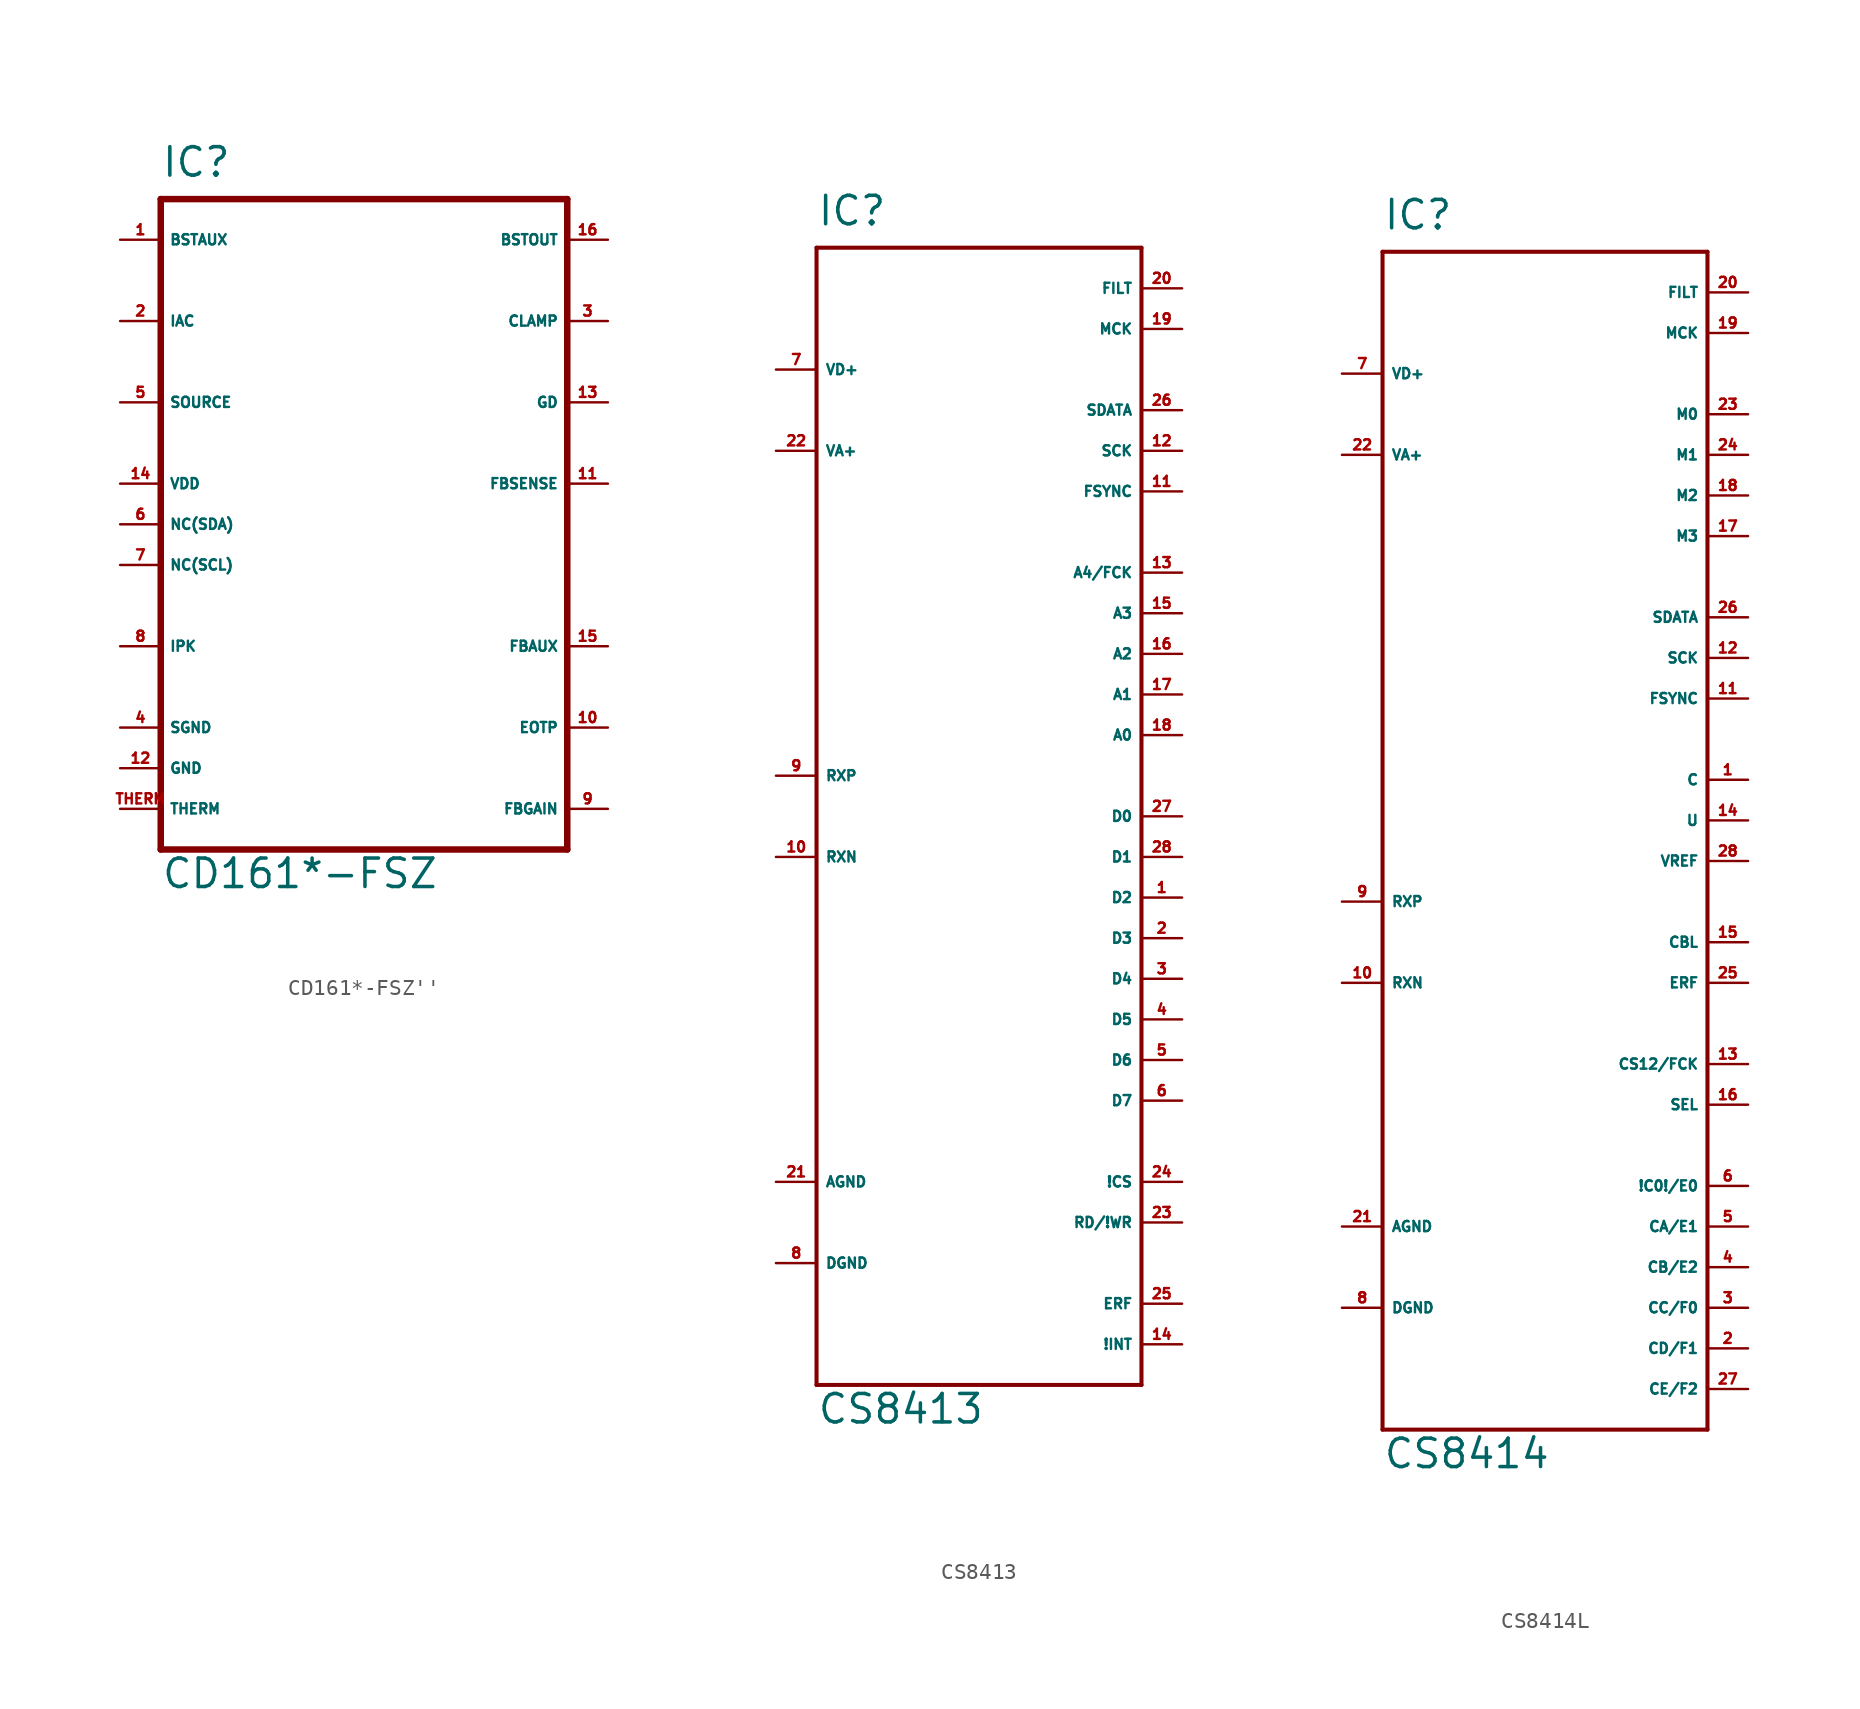
<source format=kicad_sym>
(kicad_symbol_lib
  (version 20220914)
  (generator Eagle2Kicad)
  (symbol "CD161*-FSZ''"
    (property "Reference" "IC"
      (at -12.7 21.59 0)
      (effects (font (size 1.778 1.778) (thickness 0.22)) (justify left bottom)))
    (property "Value" "CD161*-FSZ"
      (at -12.7 -22.86 0)
      (effects (font (size 1.778 1.778) (thickness 0.22)) (justify left bottom)))
    (polyline
      (pts (xy -12.7 20.32) (xy 12.7 20.32))
      (stroke (width 0.406) (type default))
      (fill (type none)))
    (polyline
      (pts (xy 12.7 20.32) (xy 12.7 -20.32))
      (stroke (width 0.406) (type default))
      (fill (type none)))
    (polyline
      (pts (xy 12.7 -20.32) (xy -12.7 -20.32))
      (stroke (width 0.406) (type default))
      (fill (type none)))
    (polyline
      (pts (xy -12.7 -20.32) (xy -12.7 20.32))
      (stroke (width 0.406) (type default))
      (fill (type none)))
    (pin input line
      (at -15.24 17.78 0)
      (length 2.54)
      (name "BSTAUX" (effects (font (size 0.635 0.635) (thickness 0.08)) (justify left bottom)))
      (number "1" (effects (font (size 0.635 0.635) (thickness 0.08)) (justify left bottom))))
    (pin input line
      (at -15.24 12.7 0)
      (length 2.54)
      (name "IAC" (effects (font (size 0.635 0.635) (thickness 0.08)) (justify left bottom)))
      (number "2" (effects (font (size 0.635 0.635) (thickness 0.08)) (justify left bottom))))
    (pin output line
      (at 15.24 12.7 180)
      (length 2.54)
      (name "CLAMP" (effects (font (size 0.635 0.635) (thickness 0.08)) (justify left bottom)))
      (number "3" (effects (font (size 0.635 0.635) (thickness 0.08)) (justify left bottom))))
    (pin unspecified line
      (at -15.24 -12.7 0)
      (length 2.54)
      (name "SGND" (effects (font (size 0.635 0.635) (thickness 0.08)) (justify left bottom)))
      (number "4" (effects (font (size 0.635 0.635) (thickness 0.08)) (justify left bottom))))
    (pin input line
      (at -15.24 7.62 0)
      (length 2.54)
      (name "SOURCE" (effects (font (size 0.635 0.635) (thickness 0.08)) (justify left bottom)))
      (number "5" (effects (font (size 0.635 0.635) (thickness 0.08)) (justify left bottom))))
    (pin input line
      (at -15.24 -7.62 0)
      (length 2.54)
      (name "IPK" (effects (font (size 0.635 0.635) (thickness 0.08)) (justify left bottom)))
      (number "8" (effects (font (size 0.635 0.635) (thickness 0.08)) (justify left bottom))))
    (pin input line
      (at 15.24 -17.78 180)
      (length 2.54)
      (name "FBGAIN" (effects (font (size 0.635 0.635) (thickness 0.08)) (justify left bottom)))
      (number "9" (effects (font (size 0.635 0.635) (thickness 0.08)) (justify left bottom))))
    (pin input line
      (at 15.24 -12.7 180)
      (length 2.54)
      (name "EOTP" (effects (font (size 0.635 0.635) (thickness 0.08)) (justify left bottom)))
      (number "10" (effects (font (size 0.635 0.635) (thickness 0.08)) (justify left bottom))))
    (pin input line
      (at 15.24 2.54 180)
      (length 2.54)
      (name "FBSENSE" (effects (font (size 0.635 0.635) (thickness 0.08)) (justify left bottom)))
      (number "11" (effects (font (size 0.635 0.635) (thickness 0.08)) (justify left bottom))))
    (pin unspecified line
      (at -15.24 -15.24 0)
      (length 2.54)
      (name "GND" (effects (font (size 0.635 0.635) (thickness 0.08)) (justify left bottom)))
      (number "12" (effects (font (size 0.635 0.635) (thickness 0.08)) (justify left bottom))))
    (pin unspecified line
      (at -15.24 2.54 0)
      (length 2.54)
      (name "VDD" (effects (font (size 0.635 0.635) (thickness 0.08)) (justify left bottom)))
      (number "14" (effects (font (size 0.635 0.635) (thickness 0.08)) (justify left bottom))))
    (pin output line
      (at 15.24 7.62 180)
      (length 2.54)
      (name "GD" (effects (font (size 0.635 0.635) (thickness 0.08)) (justify left bottom)))
      (number "13" (effects (font (size 0.635 0.635) (thickness 0.08)) (justify left bottom))))
    (pin input line
      (at 15.24 -7.62 180)
      (length 2.54)
      (name "FBAUX" (effects (font (size 0.635 0.635) (thickness 0.08)) (justify left bottom)))
      (number "15" (effects (font (size 0.635 0.635) (thickness 0.08)) (justify left bottom))))
    (pin input line
      (at 15.24 17.78 180)
      (length 2.54)
      (name "BSTOUT" (effects (font (size 0.635 0.635) (thickness 0.08)) (justify left bottom)))
      (number "16" (effects (font (size 0.635 0.635) (thickness 0.08)) (justify left bottom))))
    (pin passive line
      (at -15.24 -17.78 0)
      (length 2.54)
      (name "THERM" (effects (font (size 0.635 0.635) (thickness 0.08)) (justify left bottom)))
      (number "THERM" (effects (font (size 0.635 0.635) (thickness 0.08)) (justify left bottom))))
    (pin passive line
      (at -15.24 0 0)
      (length 2.54)
      (name "NC(SDA)" (effects (font (size 0.635 0.635) (thickness 0.08)) (justify left bottom)))
      (number "6" (effects (font (size 0.635 0.635) (thickness 0.08)) (justify left bottom))))
    (pin passive line
      (at -15.24 -2.54 0)
      (length 2.54)
      (name "NC(SCL)" (effects (font (size 0.635 0.635) (thickness 0.08)) (justify left bottom)))
      (number "7" (effects (font (size 0.635 0.635) (thickness 0.08)) (justify left bottom)))))
  (symbol "CS8413"
    (property "Reference" "IC"
      (at -10.16 36.83 0)
      (effects (font (size 1.778 1.778) (thickness 0.22)) (justify left bottom)))
    (property "Value" "CS8413"
      (at -10.16 -38.1 0)
      (effects (font (size 1.778 1.778) (thickness 0.22)) (justify left bottom)))
    (polyline
      (pts (xy -10.16 35.56) (xy 10.16 35.56))
      (stroke (width 0.254) (type default))
      (fill (type none)))
    (polyline
      (pts (xy 10.16 35.56) (xy 10.16 -35.56))
      (stroke (width 0.254) (type default))
      (fill (type none)))
    (polyline
      (pts (xy 10.16 -35.56) (xy -10.16 -35.56))
      (stroke (width 0.254) (type default))
      (fill (type none)))
    (polyline
      (pts (xy -10.16 -35.56) (xy -10.16 35.56))
      (stroke (width 0.254) (type default))
      (fill (type none)))
    (pin unspecified line
      (at -12.7 27.94 0)
      (length 2.54)
      (name "VD+" (effects (font (size 0.635 0.635) (thickness 0.08)) (justify left bottom)))
      (number "7" (effects (font (size 0.635 0.635) (thickness 0.08)) (justify left bottom))))
    (pin unspecified line
      (at -12.7 -27.94 0)
      (length 2.54)
      (name "DGND" (effects (font (size 0.635 0.635) (thickness 0.08)) (justify left bottom)))
      (number "8" (effects (font (size 0.635 0.635) (thickness 0.08)) (justify left bottom))))
    (pin input line
      (at -12.7 22.86 0)
      (length 2.54)
      (name "VA+" (effects (font (size 0.635 0.635) (thickness 0.08)) (justify left bottom)))
      (number "22" (effects (font (size 0.635 0.635) (thickness 0.08)) (justify left bottom))))
    (pin unspecified line
      (at -12.7 -22.86 0)
      (length 2.54)
      (name "AGND" (effects (font (size 0.635 0.635) (thickness 0.08)) (justify left bottom)))
      (number "21" (effects (font (size 0.635 0.635) (thickness 0.08)) (justify left bottom))))
    (pin input line
      (at -12.7 2.54 0)
      (length 2.54)
      (name "RXP" (effects (font (size 0.635 0.635) (thickness 0.08)) (justify left bottom)))
      (number "9" (effects (font (size 0.635 0.635) (thickness 0.08)) (justify left bottom))))
    (pin input line
      (at -12.7 -2.54 0)
      (length 2.54)
      (name "RXN" (effects (font (size 0.635 0.635) (thickness 0.08)) (justify left bottom)))
      (number "10" (effects (font (size 0.635 0.635) (thickness 0.08)) (justify left bottom))))
    (pin output line
      (at 12.7 -30.48 180)
      (length 2.54)
      (name "ERF" (effects (font (size 0.635 0.635) (thickness 0.08)) (justify left bottom)))
      (number "25" (effects (font (size 0.635 0.635) (thickness 0.08)) (justify left bottom))))
    (pin output line
      (at 12.7 -33.02 180)
      (length 2.54)
      (name "!INT" (effects (font (size 0.635 0.635) (thickness 0.08)) (justify left bottom)))
      (number "14" (effects (font (size 0.635 0.635) (thickness 0.08)) (justify left bottom))))
    (pin output line
      (at 12.7 33.02 180)
      (length 2.54)
      (name "FILT" (effects (font (size 0.635 0.635) (thickness 0.08)) (justify left bottom)))
      (number "20" (effects (font (size 0.635 0.635) (thickness 0.08)) (justify left bottom))))
    (pin bidirectional line
      (at 12.7 30.48 180)
      (length 2.54)
      (name "MCK" (effects (font (size 0.635 0.635) (thickness 0.08)) (justify left bottom)))
      (number "19" (effects (font (size 0.635 0.635) (thickness 0.08)) (justify left bottom))))
    (pin output line
      (at 12.7 25.4 180)
      (length 2.54)
      (name "SDATA" (effects (font (size 0.635 0.635) (thickness 0.08)) (justify left bottom)))
      (number "26" (effects (font (size 0.635 0.635) (thickness 0.08)) (justify left bottom))))
    (pin bidirectional line
      (at 12.7 22.86 180)
      (length 2.54)
      (name "SCK" (effects (font (size 0.635 0.635) (thickness 0.08)) (justify left bottom)))
      (number "12" (effects (font (size 0.635 0.635) (thickness 0.08)) (justify left bottom))))
    (pin bidirectional line
      (at 12.7 20.32 180)
      (length 2.54)
      (name "FSYNC" (effects (font (size 0.635 0.635) (thickness 0.08)) (justify left bottom)))
      (number "11" (effects (font (size 0.635 0.635) (thickness 0.08)) (justify left bottom))))
    (pin input line
      (at 12.7 15.24 180)
      (length 2.54)
      (name "A4/FCK" (effects (font (size 0.635 0.635) (thickness 0.08)) (justify left bottom)))
      (number "13" (effects (font (size 0.635 0.635) (thickness 0.08)) (justify left bottom))))
    (pin input line
      (at 12.7 5.08 180)
      (length 2.54)
      (name "A0" (effects (font (size 0.635 0.635) (thickness 0.08)) (justify left bottom)))
      (number "18" (effects (font (size 0.635 0.635) (thickness 0.08)) (justify left bottom))))
    (pin input line
      (at 12.7 7.62 180)
      (length 2.54)
      (name "A1" (effects (font (size 0.635 0.635) (thickness 0.08)) (justify left bottom)))
      (number "17" (effects (font (size 0.635 0.635) (thickness 0.08)) (justify left bottom))))
    (pin input line
      (at 12.7 10.16 180)
      (length 2.54)
      (name "A2" (effects (font (size 0.635 0.635) (thickness 0.08)) (justify left bottom)))
      (number "16" (effects (font (size 0.635 0.635) (thickness 0.08)) (justify left bottom))))
    (pin input line
      (at 12.7 12.7 180)
      (length 2.54)
      (name "A3" (effects (font (size 0.635 0.635) (thickness 0.08)) (justify left bottom)))
      (number "15" (effects (font (size 0.635 0.635) (thickness 0.08)) (justify left bottom))))
    (pin bidirectional line
      (at 12.7 0 180)
      (length 2.54)
      (name "D0" (effects (font (size 0.635 0.635) (thickness 0.08)) (justify left bottom)))
      (number "27" (effects (font (size 0.635 0.635) (thickness 0.08)) (justify left bottom))))
    (pin bidirectional line
      (at 12.7 -2.54 180)
      (length 2.54)
      (name "D1" (effects (font (size 0.635 0.635) (thickness 0.08)) (justify left bottom)))
      (number "28" (effects (font (size 0.635 0.635) (thickness 0.08)) (justify left bottom))))
    (pin bidirectional line
      (at 12.7 -5.08 180)
      (length 2.54)
      (name "D2" (effects (font (size 0.635 0.635) (thickness 0.08)) (justify left bottom)))
      (number "1" (effects (font (size 0.635 0.635) (thickness 0.08)) (justify left bottom))))
    (pin bidirectional line
      (at 12.7 -7.62 180)
      (length 2.54)
      (name "D3" (effects (font (size 0.635 0.635) (thickness 0.08)) (justify left bottom)))
      (number "2" (effects (font (size 0.635 0.635) (thickness 0.08)) (justify left bottom))))
    (pin bidirectional line
      (at 12.7 -10.16 180)
      (length 2.54)
      (name "D4" (effects (font (size 0.635 0.635) (thickness 0.08)) (justify left bottom)))
      (number "3" (effects (font (size 0.635 0.635) (thickness 0.08)) (justify left bottom))))
    (pin bidirectional line
      (at 12.7 -12.7 180)
      (length 2.54)
      (name "D5" (effects (font (size 0.635 0.635) (thickness 0.08)) (justify left bottom)))
      (number "4" (effects (font (size 0.635 0.635) (thickness 0.08)) (justify left bottom))))
    (pin bidirectional line
      (at 12.7 -15.24 180)
      (length 2.54)
      (name "D6" (effects (font (size 0.635 0.635) (thickness 0.08)) (justify left bottom)))
      (number "5" (effects (font (size 0.635 0.635) (thickness 0.08)) (justify left bottom))))
    (pin input line
      (at 12.7 -22.86 180)
      (length 2.54)
      (name "!CS" (effects (font (size 0.635 0.635) (thickness 0.08)) (justify left bottom)))
      (number "24" (effects (font (size 0.635 0.635) (thickness 0.08)) (justify left bottom))))
    (pin input line
      (at 12.7 -25.4 180)
      (length 2.54)
      (name "RD/!WR" (effects (font (size 0.635 0.635) (thickness 0.08)) (justify left bottom)))
      (number "23" (effects (font (size 0.635 0.635) (thickness 0.08)) (justify left bottom))))
    (pin bidirectional line
      (at 12.7 -17.78 180)
      (length 2.54)
      (name "D7" (effects (font (size 0.635 0.635) (thickness 0.08)) (justify left bottom)))
      (number "6" (effects (font (size 0.635 0.635) (thickness 0.08)) (justify left bottom)))))
  (symbol "CS8414L"
    (property "Reference" "IC"
      (at -10.16 36.83 0)
      (effects (font (size 1.778 1.778) (thickness 0.22)) (justify left bottom)))
    (property "Value" "CS8414"
      (at -10.16 -40.64 0)
      (effects (font (size 1.778 1.778) (thickness 0.22)) (justify left bottom)))
    (polyline
      (pts (xy -10.16 35.56) (xy 10.16 35.56))
      (stroke (width 0.254) (type default))
      (fill (type none)))
    (polyline
      (pts (xy 10.16 -38.1) (xy -10.16 -38.1))
      (stroke (width 0.254) (type default))
      (fill (type none)))
    (polyline
      (pts (xy -10.16 -38.1) (xy -10.16 35.56))
      (stroke (width 0.254) (type default))
      (fill (type none)))
    (polyline
      (pts (xy 10.16 35.56) (xy 10.16 -38.1))
      (stroke (width 0.254) (type default))
      (fill (type none)))
    (pin unspecified line
      (at -12.7 27.94 0)
      (length 2.54)
      (name "VD+" (effects (font (size 0.635 0.635) (thickness 0.08)) (justify left bottom)))
      (number "7" (effects (font (size 0.635 0.635) (thickness 0.08)) (justify left bottom))))
    (pin unspecified line
      (at -12.7 -30.48 0)
      (length 2.54)
      (name "DGND" (effects (font (size 0.635 0.635) (thickness 0.08)) (justify left bottom)))
      (number "8" (effects (font (size 0.635 0.635) (thickness 0.08)) (justify left bottom))))
    (pin input line
      (at -12.7 22.86 0)
      (length 2.54)
      (name "VA+" (effects (font (size 0.635 0.635) (thickness 0.08)) (justify left bottom)))
      (number "22" (effects (font (size 0.635 0.635) (thickness 0.08)) (justify left bottom))))
    (pin unspecified line
      (at -12.7 -25.4 0)
      (length 2.54)
      (name "AGND" (effects (font (size 0.635 0.635) (thickness 0.08)) (justify left bottom)))
      (number "21" (effects (font (size 0.635 0.635) (thickness 0.08)) (justify left bottom))))
    (pin input line
      (at -12.7 -5.08 0)
      (length 2.54)
      (name "RXP" (effects (font (size 0.635 0.635) (thickness 0.08)) (justify left bottom)))
      (number "9" (effects (font (size 0.635 0.635) (thickness 0.08)) (justify left bottom))))
    (pin input line
      (at -12.7 -10.16 0)
      (length 2.54)
      (name "RXN" (effects (font (size 0.635 0.635) (thickness 0.08)) (justify left bottom)))
      (number "10" (effects (font (size 0.635 0.635) (thickness 0.08)) (justify left bottom))))
    (pin output line
      (at 12.7 33.02 180)
      (length 2.54)
      (name "FILT" (effects (font (size 0.635 0.635) (thickness 0.08)) (justify left bottom)))
      (number "20" (effects (font (size 0.635 0.635) (thickness 0.08)) (justify left bottom))))
    (pin bidirectional line
      (at 12.7 30.48 180)
      (length 2.54)
      (name "MCK" (effects (font (size 0.635 0.635) (thickness 0.08)) (justify left bottom)))
      (number "19" (effects (font (size 0.635 0.635) (thickness 0.08)) (justify left bottom))))
    (pin output line
      (at 12.7 12.7 180)
      (length 2.54)
      (name "SDATA" (effects (font (size 0.635 0.635) (thickness 0.08)) (justify left bottom)))
      (number "26" (effects (font (size 0.635 0.635) (thickness 0.08)) (justify left bottom))))
    (pin bidirectional line
      (at 12.7 10.16 180)
      (length 2.54)
      (name "SCK" (effects (font (size 0.635 0.635) (thickness 0.08)) (justify left bottom)))
      (number "12" (effects (font (size 0.635 0.635) (thickness 0.08)) (justify left bottom))))
    (pin bidirectional line
      (at 12.7 7.62 180)
      (length 2.54)
      (name "FSYNC" (effects (font (size 0.635 0.635) (thickness 0.08)) (justify left bottom)))
      (number "11" (effects (font (size 0.635 0.635) (thickness 0.08)) (justify left bottom))))
    (pin output line
      (at 12.7 2.54 180)
      (length 2.54)
      (name "C" (effects (font (size 0.635 0.635) (thickness 0.08)) (justify left bottom)))
      (number "1" (effects (font (size 0.635 0.635) (thickness 0.08)) (justify left bottom))))
    (pin output line
      (at 12.7 0 180)
      (length 2.54)
      (name "U" (effects (font (size 0.635 0.635) (thickness 0.08)) (justify left bottom)))
      (number "14" (effects (font (size 0.635 0.635) (thickness 0.08)) (justify left bottom))))
    (pin output line
      (at 12.7 -2.54 180)
      (length 2.54)
      (name "VREF" (effects (font (size 0.635 0.635) (thickness 0.08)) (justify left bottom)))
      (number "28" (effects (font (size 0.635 0.635) (thickness 0.08)) (justify left bottom))))
    (pin output line
      (at 12.7 -7.62 180)
      (length 2.54)
      (name "CBL" (effects (font (size 0.635 0.635) (thickness 0.08)) (justify left bottom)))
      (number "15" (effects (font (size 0.635 0.635) (thickness 0.08)) (justify left bottom))))
    (pin output line
      (at 12.7 -10.16 180)
      (length 2.54)
      (name "ERF" (effects (font (size 0.635 0.635) (thickness 0.08)) (justify left bottom)))
      (number "25" (effects (font (size 0.635 0.635) (thickness 0.08)) (justify left bottom))))
    (pin input line
      (at 12.7 -15.24 180)
      (length 2.54)
      (name "CS12/FCK" (effects (font (size 0.635 0.635) (thickness 0.08)) (justify left bottom)))
      (number "13" (effects (font (size 0.635 0.635) (thickness 0.08)) (justify left bottom))))
    (pin input line
      (at 12.7 -17.78 180)
      (length 2.54)
      (name "SEL" (effects (font (size 0.635 0.635) (thickness 0.08)) (justify left bottom)))
      (number "16" (effects (font (size 0.635 0.635) (thickness 0.08)) (justify left bottom))))
    (pin output line
      (at 12.7 -22.86 180)
      (length 2.54)
      (name "!C0!/E0" (effects (font (size 0.635 0.635) (thickness 0.08)) (justify left bottom)))
      (number "6" (effects (font (size 0.635 0.635) (thickness 0.08)) (justify left bottom))))
    (pin output line
      (at 12.7 -25.4 180)
      (length 2.54)
      (name "CA/E1" (effects (font (size 0.635 0.635) (thickness 0.08)) (justify left bottom)))
      (number "5" (effects (font (size 0.635 0.635) (thickness 0.08)) (justify left bottom))))
    (pin output line
      (at 12.7 -27.94 180)
      (length 2.54)
      (name "CB/E2" (effects (font (size 0.635 0.635) (thickness 0.08)) (justify left bottom)))
      (number "4" (effects (font (size 0.635 0.635) (thickness 0.08)) (justify left bottom))))
    (pin output line
      (at 12.7 -30.48 180)
      (length 2.54)
      (name "CC/F0" (effects (font (size 0.635 0.635) (thickness 0.08)) (justify left bottom)))
      (number "3" (effects (font (size 0.635 0.635) (thickness 0.08)) (justify left bottom))))
    (pin output line
      (at 12.7 -33.02 180)
      (length 2.54)
      (name "CD/F1" (effects (font (size 0.635 0.635) (thickness 0.08)) (justify left bottom)))
      (number "2" (effects (font (size 0.635 0.635) (thickness 0.08)) (justify left bottom))))
    (pin output line
      (at 12.7 -35.56 180)
      (length 2.54)
      (name "CE/F2" (effects (font (size 0.635 0.635) (thickness 0.08)) (justify left bottom)))
      (number "27" (effects (font (size 0.635 0.635) (thickness 0.08)) (justify left bottom))))
    (pin input line
      (at 12.7 25.4 180)
      (length 2.54)
      (name "M0" (effects (font (size 0.635 0.635) (thickness 0.08)) (justify left bottom)))
      (number "23" (effects (font (size 0.635 0.635) (thickness 0.08)) (justify left bottom))))
    (pin input line
      (at 12.7 22.86 180)
      (length 2.54)
      (name "M1" (effects (font (size 0.635 0.635) (thickness 0.08)) (justify left bottom)))
      (number "24" (effects (font (size 0.635 0.635) (thickness 0.08)) (justify left bottom))))
    (pin input line
      (at 12.7 20.32 180)
      (length 2.54)
      (name "M2" (effects (font (size 0.635 0.635) (thickness 0.08)) (justify left bottom)))
      (number "18" (effects (font (size 0.635 0.635) (thickness 0.08)) (justify left bottom))))
    (pin input line
      (at 12.7 17.78 180)
      (length 2.54)
      (name "M3" (effects (font (size 0.635 0.635) (thickness 0.08)) (justify left bottom)))
      (number "17" (effects (font (size 0.635 0.635) (thickness 0.08)) (justify left bottom))))))
</source>
